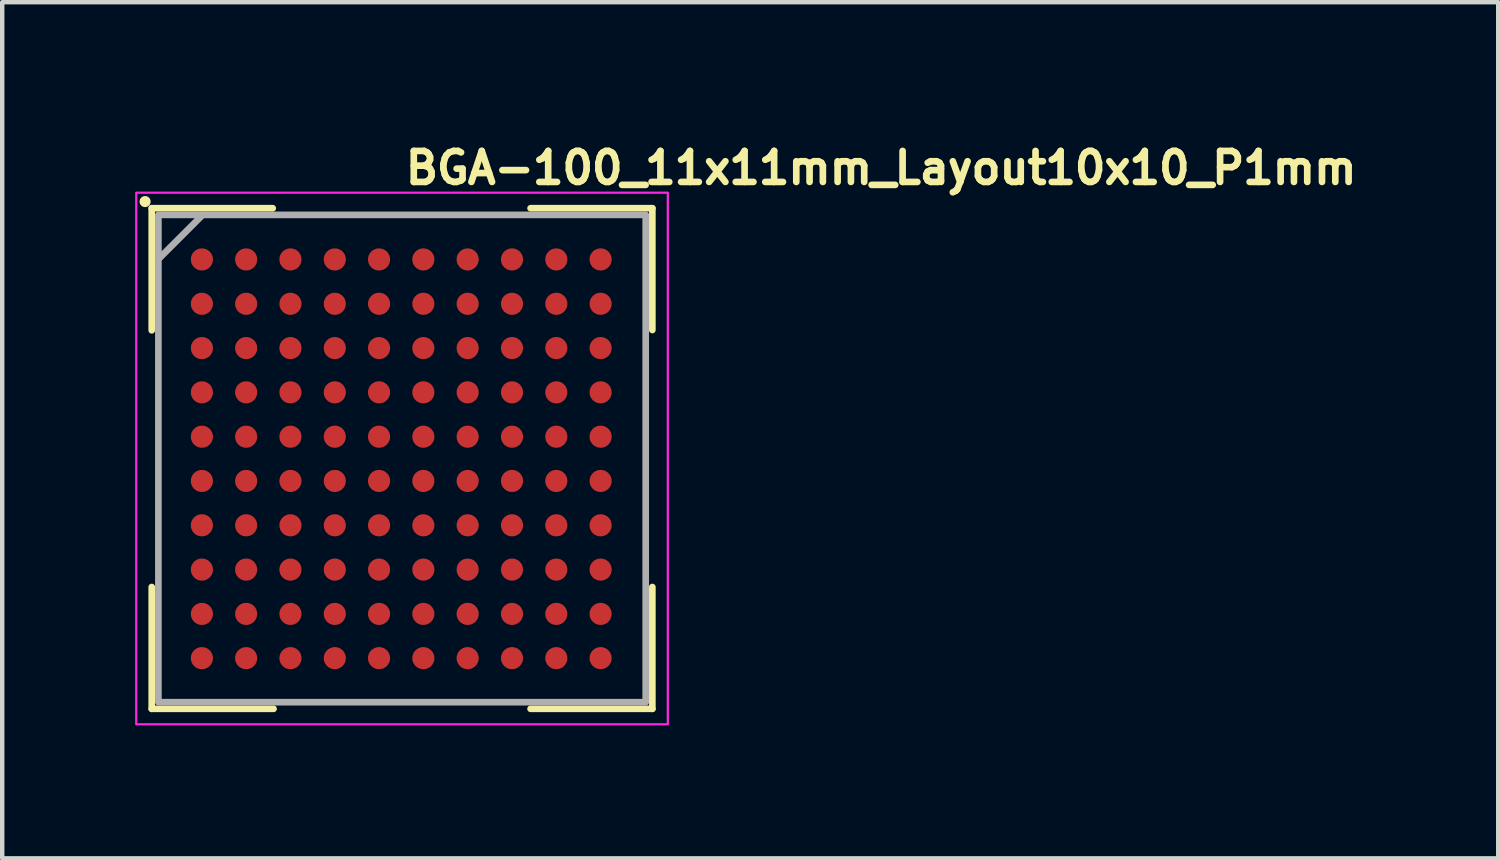
<source format=kicad_pcb>
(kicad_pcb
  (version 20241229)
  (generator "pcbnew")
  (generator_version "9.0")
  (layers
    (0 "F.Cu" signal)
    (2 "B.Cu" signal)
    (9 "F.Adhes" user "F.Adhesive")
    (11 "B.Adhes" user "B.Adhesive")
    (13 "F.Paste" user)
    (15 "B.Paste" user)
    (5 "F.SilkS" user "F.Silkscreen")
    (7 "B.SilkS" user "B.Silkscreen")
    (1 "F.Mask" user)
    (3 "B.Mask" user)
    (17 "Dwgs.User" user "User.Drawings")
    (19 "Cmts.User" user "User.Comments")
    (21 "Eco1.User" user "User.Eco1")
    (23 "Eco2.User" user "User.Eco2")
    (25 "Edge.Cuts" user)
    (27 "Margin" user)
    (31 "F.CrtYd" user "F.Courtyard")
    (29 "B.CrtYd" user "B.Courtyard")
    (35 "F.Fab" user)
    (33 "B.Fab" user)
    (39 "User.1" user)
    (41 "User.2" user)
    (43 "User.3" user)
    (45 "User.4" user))
  (footprint "BGA-100_11x11mm_Layout10x10_P1mm"
    (layer "F.Cu")
    (at 6.025 7.3)
    (property "Reference" "BGA-100_11x11mm_Layout10x10_P1mm" (at 0 -6.15 0) (layer "F.SilkS") (effects (font (size 0.7 0.7) (thickness 0.15)) (justify left bottom)))
    (attr smd)
    (fp_line (start -5.65 -5.65) (end -5.65 -2.894) (stroke (width 0.15) (type solid)) (layer "F.SilkS"))
    (fp_line (start -5.65 5.65) (end -5.65 2.9) (stroke (width 0.15) (type solid)) (layer "F.SilkS"))
    (fp_line (start -2.919 -5.65) (end -5.65 -5.65) (stroke (width 0.15) (type solid)) (layer "F.SilkS"))
    (fp_line (start -2.9 5.65) (end -5.65 5.65) (stroke (width 0.15) (type solid)) (layer "F.SilkS"))
    (fp_line (start 2.901 -5.65) (end 5.65 -5.65) (stroke (width 0.15) (type solid)) (layer "F.SilkS"))
    (fp_line (start 2.901 5.65) (end 5.65 5.65) (stroke (width 0.15) (type solid)) (layer "F.SilkS"))
    (fp_line (start 5.65 -5.65) (end 5.65 -2.901) (stroke (width 0.15) (type solid)) (layer "F.SilkS"))
    (fp_line (start 5.65 5.65) (end 5.65 2.9) (stroke (width 0.15) (type solid)) (layer "F.SilkS"))
    (fp_circle (center -5.8 -5.8) (end -5.75 -5.8) (stroke (width 0.15) (type solid)) (fill yes) (layer "F.SilkS"))
    (fp_rect (start -6 -6) (end 5.999 5.999) (stroke (width 0.05) (type solid)) (fill no) (layer "F.CrtYd"))
    (fp_line (start -4.5 -5.5) (end -5.5 -4.5) (stroke (width 0.15) (type solid)) (layer "F.Fab"))
    (fp_rect (start 5.5 5.5) (end -5.5 -5.5) (stroke (width 0.15) (type solid)) (fill no) (layer "F.Fab"))
    (fp_rect (start -5.5 -5.5) (end 5.499 5.499) (stroke (width 0.1) (type solid)) (fill no) (layer "User.5"))
    (fp_line (start -5.5 -5.5) (end -5.5 5.499) (stroke (width 0.02) (type solid)) (layer "User.9"))
    (fp_line (start -5.5 5.499) (end 5.499 5.499) (stroke (width 0.02) (type solid)) (layer "User.9"))
    (fp_line (start 5.499 -5.5) (end -5.5 -5.5) (stroke (width 0.02) (type solid)) (layer "User.9"))
    (fp_line (start 5.499 5.499) (end 5.499 -5.5) (stroke (width 0.02) (type solid)) (layer "User.9"))
    (fp_circle (center -4.5 -4.5) (end -4.175 -4.475) (stroke (width 0.02) (type solid)) (fill no) (layer "User.9"))
    (pad "A1" smd circle (at -4.518 -4.494) (size 0.5 0.5) (layers "F.Cu" "F.Mask" "F.Paste"))
    (pad "A2" smd circle (at -3.519 -4.494) (size 0.5 0.5) (layers "F.Cu" "F.Mask" "F.Paste"))
    (pad "A3" smd circle (at -2.519 -4.494) (size 0.5 0.5) (layers "F.Cu" "F.Mask" "F.Paste"))
    (pad "A4" smd circle (at -1.518 -4.494) (size 0.5 0.5) (layers "F.Cu" "F.Mask" "F.Paste"))
    (pad "A5" smd circle (at -0.519 -4.494) (size 0.5 0.5) (layers "F.Cu" "F.Mask" "F.Paste"))
    (pad "A6" smd circle (at 0.481 -4.494) (size 0.5 0.5) (layers "F.Cu" "F.Mask" "F.Paste"))
    (pad "A7" smd circle (at 1.481 -4.494) (size 0.5 0.5) (layers "F.Cu" "F.Mask" "F.Paste"))
    (pad "A8" smd circle (at 2.482 -4.494) (size 0.5 0.5) (layers "F.Cu" "F.Mask" "F.Paste"))
    (pad "A9" smd circle (at 3.482 -4.494) (size 0.5 0.5) (layers "F.Cu" "F.Mask" "F.Paste"))
    (pad "A10" smd circle (at 4.482 -4.494) (size 0.5 0.5) (layers "F.Cu" "F.Mask" "F.Paste"))
    (pad "B1" smd circle (at -4.518 -3.493) (size 0.5 0.5) (layers "F.Cu" "F.Mask" "F.Paste"))
    (pad "B2" smd circle (at -3.519 -3.493) (size 0.5 0.5) (layers "F.Cu" "F.Mask" "F.Paste"))
    (pad "B3" smd circle (at -2.519 -3.493) (size 0.5 0.5) (layers "F.Cu" "F.Mask" "F.Paste"))
    (pad "B4" smd circle (at -1.518 -3.493) (size 0.5 0.5) (layers "F.Cu" "F.Mask" "F.Paste"))
    (pad "B5" smd circle (at -0.519 -3.493) (size 0.5 0.5) (layers "F.Cu" "F.Mask" "F.Paste"))
    (pad "B6" smd circle (at 0.481 -3.493) (size 0.5 0.5) (layers "F.Cu" "F.Mask" "F.Paste"))
    (pad "B7" smd circle (at 1.481 -3.493) (size 0.5 0.5) (layers "F.Cu" "F.Mask" "F.Paste"))
    (pad "B8" smd circle (at 2.482 -3.493) (size 0.5 0.5) (layers "F.Cu" "F.Mask" "F.Paste"))
    (pad "B9" smd circle (at 3.482 -3.493) (size 0.5 0.5) (layers "F.Cu" "F.Mask" "F.Paste"))
    (pad "B10" smd circle (at 4.482 -3.493) (size 0.5 0.5) (layers "F.Cu" "F.Mask" "F.Paste"))
    (pad "C1" smd circle (at -4.518 -2.493) (size 0.5 0.5) (layers "F.Cu" "F.Mask" "F.Paste"))
    (pad "C2" smd circle (at -3.519 -2.493) (size 0.5 0.5) (layers "F.Cu" "F.Mask" "F.Paste"))
    (pad "C3" smd circle (at -2.519 -2.493) (size 0.5 0.5) (layers "F.Cu" "F.Mask" "F.Paste"))
    (pad "C4" smd circle (at -1.518 -2.493) (size 0.5 0.5) (layers "F.Cu" "F.Mask" "F.Paste"))
    (pad "C5" smd circle (at -0.519 -2.493) (size 0.5 0.5) (layers "F.Cu" "F.Mask" "F.Paste"))
    (pad "C6" smd circle (at 0.481 -2.493) (size 0.5 0.5) (layers "F.Cu" "F.Mask" "F.Paste"))
    (pad "C7" smd circle (at 1.481 -2.493) (size 0.5 0.5) (layers "F.Cu" "F.Mask" "F.Paste"))
    (pad "C8" smd circle (at 2.482 -2.493) (size 0.5 0.5) (layers "F.Cu" "F.Mask" "F.Paste"))
    (pad "C9" smd circle (at 3.482 -2.493) (size 0.5 0.5) (layers "F.Cu" "F.Mask" "F.Paste"))
    (pad "C10" smd circle (at 4.482 -2.493) (size 0.5 0.5) (layers "F.Cu" "F.Mask" "F.Paste"))
    (pad "D1" smd circle (at -4.518 -1.494) (size 0.5 0.5) (layers "F.Cu" "F.Mask" "F.Paste"))
    (pad "D2" smd circle (at -3.519 -1.494) (size 0.5 0.5) (layers "F.Cu" "F.Mask" "F.Paste"))
    (pad "D3" smd circle (at -2.519 -1.494) (size 0.5 0.5) (layers "F.Cu" "F.Mask" "F.Paste"))
    (pad "D4" smd circle (at -1.518 -1.494) (size 0.5 0.5) (layers "F.Cu" "F.Mask" "F.Paste"))
    (pad "D5" smd circle (at -0.519 -1.494) (size 0.5 0.5) (layers "F.Cu" "F.Mask" "F.Paste"))
    (pad "D6" smd circle (at 0.481 -1.494) (size 0.5 0.5) (layers "F.Cu" "F.Mask" "F.Paste"))
    (pad "D7" smd circle (at 1.481 -1.494) (size 0.5 0.5) (layers "F.Cu" "F.Mask" "F.Paste"))
    (pad "D8" smd circle (at 2.482 -1.494) (size 0.5 0.5) (layers "F.Cu" "F.Mask" "F.Paste"))
    (pad "D9" smd circle (at 3.482 -1.494) (size 0.5 0.5) (layers "F.Cu" "F.Mask" "F.Paste"))
    (pad "D10" smd circle (at 4.482 -1.494) (size 0.5 0.5) (layers "F.Cu" "F.Mask" "F.Paste"))
    (pad "E1" smd circle (at -4.518 -0.493) (size 0.5 0.5) (layers "F.Cu" "F.Mask" "F.Paste"))
    (pad "E2" smd circle (at -3.519 -0.493) (size 0.5 0.5) (layers "F.Cu" "F.Mask" "F.Paste"))
    (pad "E3" smd circle (at -2.519 -0.493) (size 0.5 0.5) (layers "F.Cu" "F.Mask" "F.Paste"))
    (pad "E4" smd circle (at -1.518 -0.493) (size 0.5 0.5) (layers "F.Cu" "F.Mask" "F.Paste"))
    (pad "E5" smd circle (at -0.519 -0.493) (size 0.5 0.5) (layers "F.Cu" "F.Mask" "F.Paste"))
    (pad "E6" smd circle (at 0.481 -0.493) (size 0.5 0.5) (layers "F.Cu" "F.Mask" "F.Paste"))
    (pad "E7" smd circle (at 1.481 -0.493) (size 0.5 0.5) (layers "F.Cu" "F.Mask" "F.Paste"))
    (pad "E8" smd circle (at 2.482 -0.493) (size 0.5 0.5) (layers "F.Cu" "F.Mask" "F.Paste"))
    (pad "E9" smd circle (at 3.482 -0.493) (size 0.5 0.5) (layers "F.Cu" "F.Mask" "F.Paste"))
    (pad "E10" smd circle (at 4.482 -0.493) (size 0.5 0.5) (layers "F.Cu" "F.Mask" "F.Paste"))
    (pad "F1" smd circle (at -4.518 0.506) (size 0.5 0.5) (layers "F.Cu" "F.Mask" "F.Paste"))
    (pad "F2" smd circle (at -3.519 0.506) (size 0.5 0.5) (layers "F.Cu" "F.Mask" "F.Paste"))
    (pad "F3" smd circle (at -2.519 0.506) (size 0.5 0.5) (layers "F.Cu" "F.Mask" "F.Paste"))
    (pad "F4" smd circle (at -1.518 0.506) (size 0.5 0.5) (layers "F.Cu" "F.Mask" "F.Paste"))
    (pad "F5" smd circle (at -0.519 0.506) (size 0.5 0.5) (layers "F.Cu" "F.Mask" "F.Paste"))
    (pad "F6" smd circle (at 0.481 0.506) (size 0.5 0.5) (layers "F.Cu" "F.Mask" "F.Paste"))
    (pad "F7" smd circle (at 1.481 0.506) (size 0.5 0.5) (layers "F.Cu" "F.Mask" "F.Paste"))
    (pad "F8" smd circle (at 2.482 0.506) (size 0.5 0.5) (layers "F.Cu" "F.Mask" "F.Paste"))
    (pad "F9" smd circle (at 3.482 0.506) (size 0.5 0.5) (layers "F.Cu" "F.Mask" "F.Paste"))
    (pad "F10" smd circle (at 4.482 0.506) (size 0.5 0.5) (layers "F.Cu" "F.Mask" "F.Paste"))
    (pad "G1" smd circle (at -4.518 1.507) (size 0.5 0.5) (layers "F.Cu" "F.Mask" "F.Paste"))
    (pad "G2" smd circle (at -3.519 1.507) (size 0.5 0.5) (layers "F.Cu" "F.Mask" "F.Paste"))
    (pad "G3" smd circle (at -2.519 1.507) (size 0.5 0.5) (layers "F.Cu" "F.Mask" "F.Paste"))
    (pad "G4" smd circle (at -1.518 1.507) (size 0.5 0.5) (layers "F.Cu" "F.Mask" "F.Paste"))
    (pad "G5" smd circle (at -0.519 1.507) (size 0.5 0.5) (layers "F.Cu" "F.Mask" "F.Paste"))
    (pad "G6" smd circle (at 0.481 1.507) (size 0.5 0.5) (layers "F.Cu" "F.Mask" "F.Paste"))
    (pad "G7" smd circle (at 1.481 1.507) (size 0.5 0.5) (layers "F.Cu" "F.Mask" "F.Paste"))
    (pad "G8" smd circle (at 2.482 1.507) (size 0.5 0.5) (layers "F.Cu" "F.Mask" "F.Paste"))
    (pad "G9" smd circle (at 3.482 1.507) (size 0.5 0.5) (layers "F.Cu" "F.Mask" "F.Paste"))
    (pad "G10" smd circle (at 4.482 1.507) (size 0.5 0.5) (layers "F.Cu" "F.Mask" "F.Paste"))
    (pad "H1" smd circle (at -4.518 2.507) (size 0.5 0.5) (layers "F.Cu" "F.Mask" "F.Paste"))
    (pad "H2" smd circle (at -3.519 2.507) (size 0.5 0.5) (layers "F.Cu" "F.Mask" "F.Paste"))
    (pad "H3" smd circle (at -2.519 2.507) (size 0.5 0.5) (layers "F.Cu" "F.Mask" "F.Paste"))
    (pad "H4" smd circle (at -1.518 2.507) (size 0.5 0.5) (layers "F.Cu" "F.Mask" "F.Paste"))
    (pad "H5" smd circle (at -0.519 2.507) (size 0.5 0.5) (layers "F.Cu" "F.Mask" "F.Paste"))
    (pad "H6" smd circle (at 0.481 2.507) (size 0.5 0.5) (layers "F.Cu" "F.Mask" "F.Paste"))
    (pad "H7" smd circle (at 1.481 2.507) (size 0.5 0.5) (layers "F.Cu" "F.Mask" "F.Paste"))
    (pad "H8" smd circle (at 2.482 2.507) (size 0.5 0.5) (layers "F.Cu" "F.Mask" "F.Paste"))
    (pad "H9" smd circle (at 3.482 2.507) (size 0.5 0.5) (layers "F.Cu" "F.Mask" "F.Paste"))
    (pad "H10" smd circle (at 4.482 2.507) (size 0.5 0.5) (layers "F.Cu" "F.Mask" "F.Paste"))
    (pad "J1" smd circle (at -4.518 3.507) (size 0.5 0.5) (layers "F.Cu" "F.Mask" "F.Paste"))
    (pad "J2" smd circle (at -3.519 3.507) (size 0.5 0.5) (layers "F.Cu" "F.Mask" "F.Paste"))
    (pad "J3" smd circle (at -2.519 3.507) (size 0.5 0.5) (layers "F.Cu" "F.Mask" "F.Paste"))
    (pad "J4" smd circle (at -1.518 3.507) (size 0.5 0.5) (layers "F.Cu" "F.Mask" "F.Paste"))
    (pad "J5" smd circle (at -0.519 3.507) (size 0.5 0.5) (layers "F.Cu" "F.Mask" "F.Paste"))
    (pad "J6" smd circle (at 0.481 3.507) (size 0.5 0.5) (layers "F.Cu" "F.Mask" "F.Paste"))
    (pad "J7" smd circle (at 1.481 3.507) (size 0.5 0.5) (layers "F.Cu" "F.Mask" "F.Paste"))
    (pad "J8" smd circle (at 2.482 3.507) (size 0.5 0.5) (layers "F.Cu" "F.Mask" "F.Paste"))
    (pad "J9" smd circle (at 3.482 3.507) (size 0.5 0.5) (layers "F.Cu" "F.Mask" "F.Paste"))
    (pad "J10" smd circle (at 4.482 3.507) (size 0.5 0.5) (layers "F.Cu" "F.Mask" "F.Paste"))
    (pad "K1" smd circle (at -4.518 4.506) (size 0.5 0.5) (layers "F.Cu" "F.Mask" "F.Paste"))
    (pad "K2" smd circle (at -3.519 4.506) (size 0.5 0.5) (layers "F.Cu" "F.Mask" "F.Paste"))
    (pad "K3" smd circle (at -2.519 4.506) (size 0.5 0.5) (layers "F.Cu" "F.Mask" "F.Paste"))
    (pad "K4" smd circle (at -1.518 4.506) (size 0.5 0.5) (layers "F.Cu" "F.Mask" "F.Paste"))
    (pad "K5" smd circle (at -0.519 4.506) (size 0.5 0.5) (layers "F.Cu" "F.Mask" "F.Paste"))
    (pad "K6" smd circle (at 0.481 4.506) (size 0.5 0.5) (layers "F.Cu" "F.Mask" "F.Paste"))
    (pad "K7" smd circle (at 1.481 4.506) (size 0.5 0.5) (layers "F.Cu" "F.Mask" "F.Paste"))
    (pad "K8" smd circle (at 2.482 4.506) (size 0.5 0.5) (layers "F.Cu" "F.Mask" "F.Paste"))
    (pad "K9" smd circle (at 3.482 4.506) (size 0.5 0.5) (layers "F.Cu" "F.Mask" "F.Paste"))
    (pad "K10" smd circle (at 4.482 4.506) (size 0.5 0.5) (layers "F.Cu" "F.Mask" "F.Paste")))
  (gr_rect
    (start -3 -3)
    (end 30.768 16.324)
    (stroke (width 0.1) (type default))
    (fill no)
    (layer "Edge.Cuts")))
</source>
